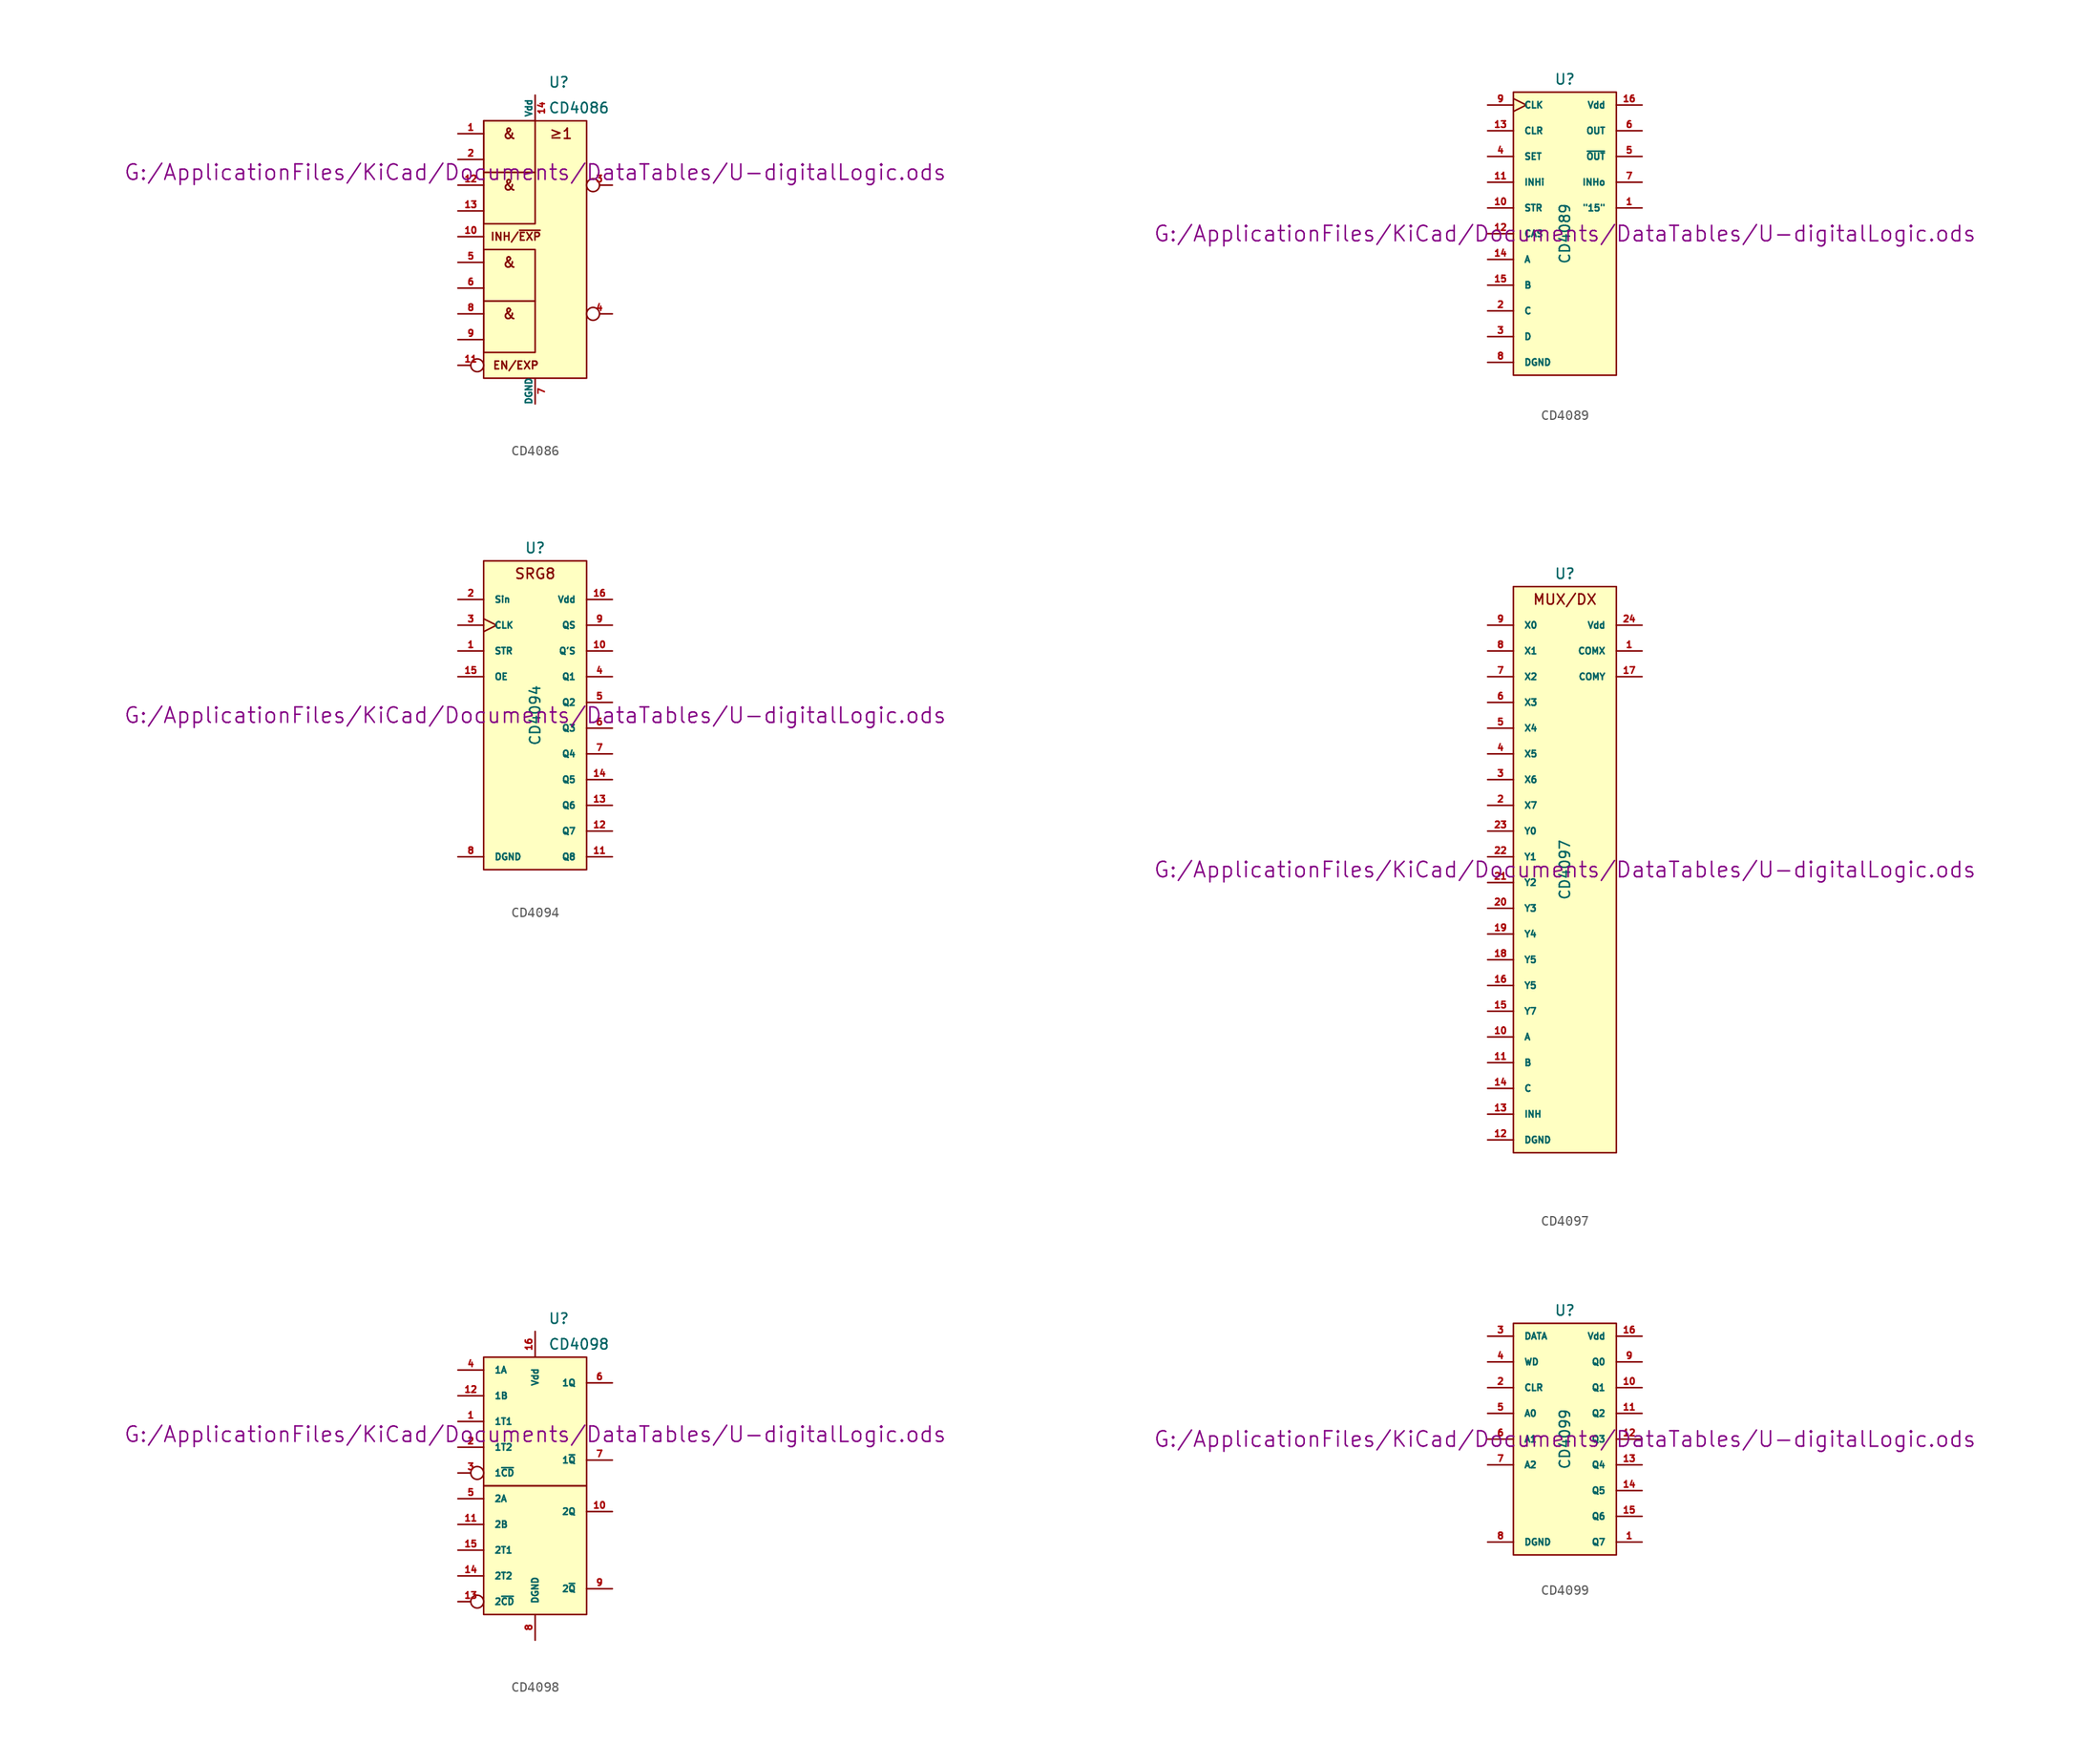
<source format=kicad_sym>
(kicad_symbol_lib
  (version 20211014)
  (generator kicad_symbol_editor)
  (symbol "CD4086"
    (pin_names
      (offset 0))
    (property "Reference" "U"
      (at 1.27 16.51 0)
      (effects (font (size 1.016 1.016)) (justify left)))
    (property "Value" "CD4086"
      (at 1.27 13.97 0)
      (effects (font (size 1.016 1.016)) (justify left)))
    (property "Footprint" ""
      (at 0 7.62 0)
      (effects (font (size 1.524 1.524))))
    (property "Datasheet" "G:/ApplicationFiles/KiCad/Documents/DataTables/U-digitalLogic.ods"
      (at 0 7.62 0)
      (effects (font (size 1.524 1.524))))
    (symbol "CD4086_0_0"
      (rectangle (start -5.08 12.7) (end 5.08 -12.7) (stroke (width 0) (type default) (color 0 0 0 0)) (fill (type background)))
      (text "&" (at -2.54 -6.35 0) (effects (font (size 1.016 1.016))))
      (text "&" (at -2.54 -1.27 0) (effects (font (size 1.016 1.016))))
      (text "&" (at -2.54 6.35 0) (effects (font (size 1.016 1.016))))
      (text "&" (at -2.54 11.43 0) (effects (font (size 1.016 1.016))))
      (text "EN/EXP" (at -1.905 -11.43 0) (effects (font (size 0.762 0.762))))
      (text "INH/~{EXP}" (at -1.905 1.27 0) (effects (font (size 0.762 0.762))))
      (text "≥1" (at 2.54 11.43 0) (effects (font (size 1.016 1.016)))))
    (symbol "CD4086_0_1"
      (rectangle (start 0 -5.08) (end -5.08 -10.16) (stroke (width 0) (type default) (color 0 0 0 0)) (fill (type none)))
      (rectangle (start 0 0) (end -5.08 -5.08) (stroke (width 0) (type default) (color 0 0 0 0)) (fill (type none)))
      (rectangle (start 0 7.62) (end -5.08 2.54) (stroke (width 0) (type default) (color 0 0 0 0)) (fill (type none)))
      (rectangle (start 0 12.7) (end -5.08 7.62) (stroke (width 0) (type default) (color 0 0 0 0)) (fill (type none))))
    (symbol "CD4086_1_1"
      (pin input line (at -7.62 11.43 0) (length 2.54) (name "~" (effects (font (size 0.635 0.635)))) (number "1" (effects (font (size 0.635 0.635)))))
      (pin input line (at -7.62 1.27 0) (length 2.54) (name "~" (effects (font (size 0.635 0.635)))) (number "10" (effects (font (size 0.635 0.635)))))
      (pin input inverted (at -7.62 -11.43 0) (length 2.54) (name "~" (effects (font (size 0.635 0.635)))) (number "11" (effects (font (size 0.635 0.635)))))
      (pin input line (at -7.62 6.35 0) (length 2.54) (name "~" (effects (font (size 0.635 0.635)))) (number "12" (effects (font (size 0.635 0.635)))))
      (pin input line (at -7.62 3.81 0) (length 2.54) (name "~" (effects (font (size 0.635 0.635)))) (number "13" (effects (font (size 0.635 0.635)))))
      (pin power_in line (at 0 15.24 270) (length 2.54) (name "Vdd" (effects (font (size 0.635 0.635)))) (number "14" (effects (font (size 0.635 0.635)))))
      (pin input line (at -7.62 8.89 0) (length 2.54) (name "~" (effects (font (size 0.635 0.635)))) (number "2" (effects (font (size 0.635 0.635)))))
      (pin output inverted (at 7.62 6.35 180) (length 2.54) (name "~" (effects (font (size 0.635 0.635)))) (number "3" (effects (font (size 0.635 0.635)))))
      (pin output inverted (at 7.62 -6.35 180) (length 2.54) (name "~" (effects (font (size 0.635 0.635)))) (number "4" (effects (font (size 0.635 0.635)))))
      (pin input line (at -7.62 -1.27 0) (length 2.54) (name "~" (effects (font (size 0.635 0.635)))) (number "5" (effects (font (size 0.635 0.635)))))
      (pin input line (at -7.62 -3.81 0) (length 2.54) (name "~" (effects (font (size 0.635 0.635)))) (number "6" (effects (font (size 0.635 0.635)))))
      (pin power_in line (at 0 -15.24 90) (length 2.54) (name "DGND" (effects (font (size 0.635 0.635)))) (number "7" (effects (font (size 0.635 0.635)))))
      (pin input line (at -7.62 -6.35 0) (length 2.54) (name "~" (effects (font (size 0.635 0.635)))) (number "8" (effects (font (size 0.635 0.635)))))
      (pin input line (at -7.62 -8.89 0) (length 2.54) (name "~" (effects (font (size 0.635 0.635)))) (number "9" (effects (font (size 0.635 0.635)))))))
  (symbol "CD4089"
    (pin_names
      (offset 1.016))
    (property "Reference" "U"
      (at 0 15.24 0)
      (effects (font (size 1.016 1.016))))
    (property "Value" "CD4089"
      (at 0 0 90)
      (effects (font (size 1.016 1.016))))
    (property "Footprint" ""
      (at 0 0 0)
      (effects (font (size 1.524 1.524))))
    (property "Datasheet" "G:/ApplicationFiles/KiCad/Documents/DataTables/U-digitalLogic.ods"
      (at 0 0 0)
      (effects (font (size 1.524 1.524))))
    (symbol "CD4089_0_1"
      (rectangle (start -5.08 13.97) (end 5.08 -13.97) (stroke (width 0) (type default) (color 0 0 0 0)) (fill (type background))))
    (symbol "CD4089_1_1"
      (pin output line (at 7.62 2.54 180) (length 2.54) (name "\"15\"" (effects (font (size 0.635 0.635)))) (number "1" (effects (font (size 0.635 0.635)))))
      (pin input line (at -7.62 2.54 0) (length 2.54) (name "STR" (effects (font (size 0.635 0.635)))) (number "10" (effects (font (size 0.635 0.635)))))
      (pin input line (at -7.62 5.08 0) (length 2.54) (name "INHi" (effects (font (size 0.635 0.635)))) (number "11" (effects (font (size 0.635 0.635)))))
      (pin input line (at -7.62 0 0) (length 2.54) (name "CAS" (effects (font (size 0.635 0.635)))) (number "12" (effects (font (size 0.635 0.635)))))
      (pin input line (at -7.62 10.16 0) (length 2.54) (name "CLR" (effects (font (size 0.635 0.635)))) (number "13" (effects (font (size 0.635 0.635)))))
      (pin input line (at -7.62 -2.54 0) (length 2.54) (name "A" (effects (font (size 0.635 0.635)))) (number "14" (effects (font (size 0.635 0.635)))))
      (pin input line (at -7.62 -5.08 0) (length 2.54) (name "B" (effects (font (size 0.635 0.635)))) (number "15" (effects (font (size 0.635 0.635)))))
      (pin power_in line (at 7.62 12.7 180) (length 2.54) (name "Vdd" (effects (font (size 0.635 0.635)))) (number "16" (effects (font (size 0.635 0.635)))))
      (pin input line (at -7.62 -7.62 0) (length 2.54) (name "C" (effects (font (size 0.635 0.635)))) (number "2" (effects (font (size 0.635 0.635)))))
      (pin input line (at -7.62 -10.16 0) (length 2.54) (name "D" (effects (font (size 0.635 0.635)))) (number "3" (effects (font (size 0.635 0.635)))))
      (pin input line (at -7.62 7.62 0) (length 2.54) (name "SET" (effects (font (size 0.635 0.635)))) (number "4" (effects (font (size 0.635 0.635)))))
      (pin output line (at 7.62 7.62 180) (length 2.54) (name "~{OUT}" (effects (font (size 0.635 0.635)))) (number "5" (effects (font (size 0.635 0.635)))))
      (pin output line (at 7.62 10.16 180) (length 2.54) (name "OUT" (effects (font (size 0.635 0.635)))) (number "6" (effects (font (size 0.635 0.635)))))
      (pin output line (at 7.62 5.08 180) (length 2.54) (name "INHo" (effects (font (size 0.635 0.635)))) (number "7" (effects (font (size 0.635 0.635)))))
      (pin power_in line (at -7.62 -12.7 0) (length 2.54) (name "DGND" (effects (font (size 0.635 0.635)))) (number "8" (effects (font (size 0.635 0.635)))))
      (pin input clock (at -7.62 12.7 0) (length 2.54) (name "CLK" (effects (font (size 0.635 0.635)))) (number "9" (effects (font (size 0.635 0.635)))))))
  (symbol "CD4094"
    (pin_names
      (offset 1.016))
    (property "Reference" "U"
      (at 0 16.51 0)
      (effects (font (size 1.016 1.016))))
    (property "Value" "CD4094"
      (at 0 0 90)
      (effects (font (size 1.016 1.016))))
    (property "Footprint" ""
      (at 0 0 0)
      (effects (font (size 1.524 1.524))))
    (property "Datasheet" "G:/ApplicationFiles/KiCad/Documents/DataTables/U-digitalLogic.ods"
      (at 0 0 0)
      (effects (font (size 1.524 1.524))))
    (symbol "CD4094_0_0"
      (text "SRG8" (at 0 13.97 0) (effects (font (size 1.016 1.016)))))
    (symbol "CD4094_0_1"
      (rectangle (start -5.08 15.24) (end 5.08 -15.24) (stroke (width 0) (type default) (color 0 0 0 0)) (fill (type background))))
    (symbol "CD4094_1_1"
      (pin input line (at -7.62 6.35 0) (length 2.54) (name "STR" (effects (font (size 0.635 0.635)))) (number "1" (effects (font (size 0.635 0.635)))))
      (pin output line (at 7.62 6.35 180) (length 2.54) (name "Q'S" (effects (font (size 0.635 0.635)))) (number "10" (effects (font (size 0.635 0.635)))))
      (pin tri_state line (at 7.62 -13.97 180) (length 2.54) (name "Q8" (effects (font (size 0.635 0.635)))) (number "11" (effects (font (size 0.635 0.635)))))
      (pin tri_state line (at 7.62 -11.43 180) (length 2.54) (name "Q7" (effects (font (size 0.635 0.635)))) (number "12" (effects (font (size 0.635 0.635)))))
      (pin tri_state line (at 7.62 -8.89 180) (length 2.54) (name "Q6" (effects (font (size 0.635 0.635)))) (number "13" (effects (font (size 0.635 0.635)))))
      (pin tri_state line (at 7.62 -6.35 180) (length 2.54) (name "Q5" (effects (font (size 0.635 0.635)))) (number "14" (effects (font (size 0.635 0.635)))))
      (pin input line (at -7.62 3.81 0) (length 2.54) (name "OE" (effects (font (size 0.635 0.635)))) (number "15" (effects (font (size 0.635 0.635)))))
      (pin power_in line (at 7.62 11.43 180) (length 2.54) (name "Vdd" (effects (font (size 0.635 0.635)))) (number "16" (effects (font (size 0.635 0.635)))))
      (pin input line (at -7.62 11.43 0) (length 2.54) (name "Sin" (effects (font (size 0.635 0.635)))) (number "2" (effects (font (size 0.635 0.635)))))
      (pin input clock (at -7.62 8.89 0) (length 2.54) (name "CLK" (effects (font (size 0.635 0.635)))) (number "3" (effects (font (size 0.635 0.635)))))
      (pin tri_state line (at 7.62 3.81 180) (length 2.54) (name "Q1" (effects (font (size 0.635 0.635)))) (number "4" (effects (font (size 0.635 0.635)))))
      (pin tri_state line (at 7.62 1.27 180) (length 2.54) (name "Q2" (effects (font (size 0.635 0.635)))) (number "5" (effects (font (size 0.635 0.635)))))
      (pin tri_state line (at 7.62 -1.27 180) (length 2.54) (name "Q3" (effects (font (size 0.635 0.635)))) (number "6" (effects (font (size 0.635 0.635)))))
      (pin tri_state line (at 7.62 -3.81 180) (length 2.54) (name "Q4" (effects (font (size 0.635 0.635)))) (number "7" (effects (font (size 0.635 0.635)))))
      (pin power_in line (at -7.62 -13.97 0) (length 2.54) (name "DGND" (effects (font (size 0.635 0.635)))) (number "8" (effects (font (size 0.635 0.635)))))
      (pin output line (at 7.62 8.89 180) (length 2.54) (name "QS" (effects (font (size 0.635 0.635)))) (number "9" (effects (font (size 0.635 0.635)))))))
  (symbol "CD4097"
    (pin_names
      (offset 1.016))
    (property "Reference" "U"
      (at 0 29.21 0)
      (effects (font (size 1.016 1.016))))
    (property "Value" "CD4097"
      (at 0 0 90)
      (effects (font (size 1.016 1.016))))
    (property "Footprint" ""
      (at 0 0 0)
      (effects (font (size 1.524 1.524))))
    (property "Datasheet" "G:/ApplicationFiles/KiCad/Documents/DataTables/U-digitalLogic.ods"
      (at 0 0 0)
      (effects (font (size 1.524 1.524))))
    (symbol "CD4097_0_0"
      (text "MUX/DX" (at 0 26.67 0) (effects (font (size 1.016 1.016)))))
    (symbol "CD4097_0_1"
      (rectangle (start -5.08 27.94) (end 5.08 -27.94) (stroke (width 0) (type default) (color 0 0 0 0)) (fill (type background))))
    (symbol "CD4097_1_1"
      (pin bidirectional line (at 7.62 21.59 180) (length 2.54) (name "COMX" (effects (font (size 0.635 0.635)))) (number "1" (effects (font (size 0.635 0.635)))))
      (pin input line (at -7.62 -16.51 0) (length 2.54) (name "A" (effects (font (size 0.635 0.635)))) (number "10" (effects (font (size 0.635 0.635)))))
      (pin input line (at -7.62 -19.05 0) (length 2.54) (name "B" (effects (font (size 0.635 0.635)))) (number "11" (effects (font (size 0.635 0.635)))))
      (pin power_in line (at -7.62 -26.67 0) (length 2.54) (name "DGND" (effects (font (size 0.635 0.635)))) (number "12" (effects (font (size 0.635 0.635)))))
      (pin input line (at -7.62 -24.13 0) (length 2.54) (name "INH" (effects (font (size 0.635 0.635)))) (number "13" (effects (font (size 0.635 0.635)))))
      (pin input line (at -7.62 -21.59 0) (length 2.54) (name "C" (effects (font (size 0.635 0.635)))) (number "14" (effects (font (size 0.635 0.635)))))
      (pin bidirectional line (at -7.62 -13.97 0) (length 2.54) (name "Y7" (effects (font (size 0.635 0.635)))) (number "15" (effects (font (size 0.635 0.635)))))
      (pin bidirectional line (at -7.62 -11.43 0) (length 2.54) (name "Y5" (effects (font (size 0.635 0.635)))) (number "16" (effects (font (size 0.635 0.635)))))
      (pin bidirectional line (at 7.62 19.05 180) (length 2.54) (name "COMY" (effects (font (size 0.635 0.635)))) (number "17" (effects (font (size 0.635 0.635)))))
      (pin bidirectional line (at -7.62 -8.89 0) (length 2.54) (name "Y5" (effects (font (size 0.635 0.635)))) (number "18" (effects (font (size 0.635 0.635)))))
      (pin bidirectional line (at -7.62 -6.35 0) (length 2.54) (name "Y4" (effects (font (size 0.635 0.635)))) (number "19" (effects (font (size 0.635 0.635)))))
      (pin bidirectional line (at -7.62 6.35 0) (length 2.54) (name "X7" (effects (font (size 0.635 0.635)))) (number "2" (effects (font (size 0.635 0.635)))))
      (pin bidirectional line (at -7.62 -3.81 0) (length 2.54) (name "Y3" (effects (font (size 0.635 0.635)))) (number "20" (effects (font (size 0.635 0.635)))))
      (pin bidirectional line (at -7.62 -1.27 0) (length 2.54) (name "Y2" (effects (font (size 0.635 0.635)))) (number "21" (effects (font (size 0.635 0.635)))))
      (pin bidirectional line (at -7.62 1.27 0) (length 2.54) (name "Y1" (effects (font (size 0.635 0.635)))) (number "22" (effects (font (size 0.635 0.635)))))
      (pin bidirectional line (at -7.62 3.81 0) (length 2.54) (name "Y0" (effects (font (size 0.635 0.635)))) (number "23" (effects (font (size 0.635 0.635)))))
      (pin power_in line (at 7.62 24.13 180) (length 2.54) (name "Vdd" (effects (font (size 0.635 0.635)))) (number "24" (effects (font (size 0.635 0.635)))))
      (pin bidirectional line (at -7.62 8.89 0) (length 2.54) (name "X6" (effects (font (size 0.635 0.635)))) (number "3" (effects (font (size 0.635 0.635)))))
      (pin bidirectional line (at -7.62 11.43 0) (length 2.54) (name "X5" (effects (font (size 0.635 0.635)))) (number "4" (effects (font (size 0.635 0.635)))))
      (pin bidirectional line (at -7.62 13.97 0) (length 2.54) (name "X4" (effects (font (size 0.635 0.635)))) (number "5" (effects (font (size 0.635 0.635)))))
      (pin bidirectional line (at -7.62 16.51 0) (length 2.54) (name "X3" (effects (font (size 0.635 0.635)))) (number "6" (effects (font (size 0.635 0.635)))))
      (pin bidirectional line (at -7.62 19.05 0) (length 2.54) (name "X2" (effects (font (size 0.635 0.635)))) (number "7" (effects (font (size 0.635 0.635)))))
      (pin bidirectional line (at -7.62 21.59 0) (length 2.54) (name "X1" (effects (font (size 0.635 0.635)))) (number "8" (effects (font (size 0.635 0.635)))))
      (pin bidirectional line (at -7.62 24.13 0) (length 2.54) (name "X0" (effects (font (size 0.635 0.635)))) (number "9" (effects (font (size 0.635 0.635)))))))
  (symbol "CD4098"
    (pin_names
      (offset 1.016))
    (property "Reference" "U"
      (at 1.27 16.51 0)
      (effects (font (size 1.016 1.016)) (justify left)))
    (property "Value" "CD4098"
      (at 1.27 13.97 0)
      (effects (font (size 1.016 1.016)) (justify left)))
    (property "Footprint" ""
      (at 0 5.08 0)
      (effects (font (size 1.524 1.524))))
    (property "Datasheet" "G:/ApplicationFiles/KiCad/Documents/DataTables/U-digitalLogic.ods"
      (at 0 5.08 0)
      (effects (font (size 1.524 1.524))))
    (symbol "CD4098_0_1"
      (rectangle (start -5.08 0) (end 5.08 -12.7) (stroke (width 0) (type default) (color 0 0 0 0)) (fill (type background)))
      (rectangle (start -5.08 12.7) (end 5.08 0) (stroke (width 0) (type default) (color 0 0 0 0)) (fill (type background))))
    (symbol "CD4098_1_1"
      (pin input line (at -7.62 6.35 0) (length 2.54) (name "1T1" (effects (font (size 0.635 0.635)))) (number "1" (effects (font (size 0.635 0.635)))))
      (pin output line (at 7.62 -2.54 180) (length 2.54) (name "2Q" (effects (font (size 0.635 0.635)))) (number "10" (effects (font (size 0.635 0.635)))))
      (pin input line (at -7.62 -3.81 0) (length 2.54) (name "2B" (effects (font (size 0.635 0.635)))) (number "11" (effects (font (size 0.635 0.635)))))
      (pin input line (at -7.62 8.89 0) (length 2.54) (name "1B" (effects (font (size 0.635 0.635)))) (number "12" (effects (font (size 0.635 0.635)))))
      (pin input inverted (at -7.62 -11.43 0) (length 2.54) (name "2~{CD}" (effects (font (size 0.635 0.635)))) (number "13" (effects (font (size 0.635 0.635)))))
      (pin input line (at -7.62 -8.89 0) (length 2.54) (name "2T2" (effects (font (size 0.635 0.635)))) (number "14" (effects (font (size 0.635 0.635)))))
      (pin input line (at -7.62 -6.35 0) (length 2.54) (name "2T1" (effects (font (size 0.635 0.635)))) (number "15" (effects (font (size 0.635 0.635)))))
      (pin power_in line (at 0 15.24 270) (length 2.54) (name "Vdd" (effects (font (size 0.635 0.635)))) (number "16" (effects (font (size 0.635 0.635)))))
      (pin input line (at -7.62 3.81 0) (length 2.54) (name "1T2" (effects (font (size 0.635 0.635)))) (number "2" (effects (font (size 0.635 0.635)))))
      (pin input inverted (at -7.62 1.27 0) (length 2.54) (name "1~{CD}" (effects (font (size 0.635 0.635)))) (number "3" (effects (font (size 0.635 0.635)))))
      (pin input line (at -7.62 11.43 0) (length 2.54) (name "1A" (effects (font (size 0.635 0.635)))) (number "4" (effects (font (size 0.635 0.635)))))
      (pin input line (at -7.62 -1.27 0) (length 2.54) (name "2A" (effects (font (size 0.635 0.635)))) (number "5" (effects (font (size 0.635 0.635)))))
      (pin output line (at 7.62 10.16 180) (length 2.54) (name "1Q" (effects (font (size 0.635 0.635)))) (number "6" (effects (font (size 0.635 0.635)))))
      (pin output line (at 7.62 2.54 180) (length 2.54) (name "1~{Q}" (effects (font (size 0.635 0.635)))) (number "7" (effects (font (size 0.635 0.635)))))
      (pin power_in line (at 0 -15.24 90) (length 2.54) (name "DGND" (effects (font (size 0.635 0.635)))) (number "8" (effects (font (size 0.635 0.635)))))
      (pin output line (at 7.62 -10.16 180) (length 2.54) (name "2~{Q}" (effects (font (size 0.635 0.635)))) (number "9" (effects (font (size 0.635 0.635)))))))
  (symbol "CD4099"
    (pin_names
      (offset 1.016))
    (property "Reference" "U"
      (at 0 12.7 0)
      (effects (font (size 1.016 1.016))))
    (property "Value" "CD4099"
      (at 0 0 90)
      (effects (font (size 1.016 1.016))))
    (property "Footprint" ""
      (at 0 0 0)
      (effects (font (size 1.524 1.524))))
    (property "Datasheet" "G:/ApplicationFiles/KiCad/Documents/DataTables/U-digitalLogic.ods"
      (at 0 0 0)
      (effects (font (size 1.524 1.524))))
    (symbol "CD4099_0_1"
      (rectangle (start -5.08 11.43) (end 5.08 -11.43) (stroke (width 0) (type default) (color 0 0 0 0)) (fill (type background))))
    (symbol "CD4099_1_1"
      (pin output line (at 7.62 -10.16 180) (length 2.54) (name "Q7" (effects (font (size 0.635 0.635)))) (number "1" (effects (font (size 0.635 0.635)))))
      (pin output line (at 7.62 5.08 180) (length 2.54) (name "Q1" (effects (font (size 0.635 0.635)))) (number "10" (effects (font (size 0.635 0.635)))))
      (pin output line (at 7.62 2.54 180) (length 2.54) (name "Q2" (effects (font (size 0.635 0.635)))) (number "11" (effects (font (size 0.635 0.635)))))
      (pin output line (at 7.62 0 180) (length 2.54) (name "Q3" (effects (font (size 0.635 0.635)))) (number "12" (effects (font (size 0.635 0.635)))))
      (pin output line (at 7.62 -2.54 180) (length 2.54) (name "Q4" (effects (font (size 0.635 0.635)))) (number "13" (effects (font (size 0.635 0.635)))))
      (pin output line (at 7.62 -5.08 180) (length 2.54) (name "Q5" (effects (font (size 0.635 0.635)))) (number "14" (effects (font (size 0.635 0.635)))))
      (pin output line (at 7.62 -7.62 180) (length 2.54) (name "Q6" (effects (font (size 0.635 0.635)))) (number "15" (effects (font (size 0.635 0.635)))))
      (pin power_in line (at 7.62 10.16 180) (length 2.54) (name "Vdd" (effects (font (size 0.635 0.635)))) (number "16" (effects (font (size 0.635 0.635)))))
      (pin input line (at -7.62 5.08 0) (length 2.54) (name "CLR" (effects (font (size 0.635 0.635)))) (number "2" (effects (font (size 0.635 0.635)))))
      (pin input line (at -7.62 10.16 0) (length 2.54) (name "DATA" (effects (font (size 0.635 0.635)))) (number "3" (effects (font (size 0.635 0.635)))))
      (pin input line (at -7.62 7.62 0) (length 2.54) (name "WD" (effects (font (size 0.635 0.635)))) (number "4" (effects (font (size 0.635 0.635)))))
      (pin input line (at -7.62 2.54 0) (length 2.54) (name "A0" (effects (font (size 0.635 0.635)))) (number "5" (effects (font (size 0.635 0.635)))))
      (pin input line (at -7.62 0 0) (length 2.54) (name "A1" (effects (font (size 0.635 0.635)))) (number "6" (effects (font (size 0.635 0.635)))))
      (pin input line (at -7.62 -2.54 0) (length 2.54) (name "A2" (effects (font (size 0.635 0.635)))) (number "7" (effects (font (size 0.635 0.635)))))
      (pin power_in line (at -7.62 -10.16 0) (length 2.54) (name "DGND" (effects (font (size 0.635 0.635)))) (number "8" (effects (font (size 0.635 0.635)))))
      (pin output line (at 7.62 7.62 180) (length 2.54) (name "Q0" (effects (font (size 0.635 0.635)))) (number "9" (effects (font (size 0.635 0.635))))))))
</source>
